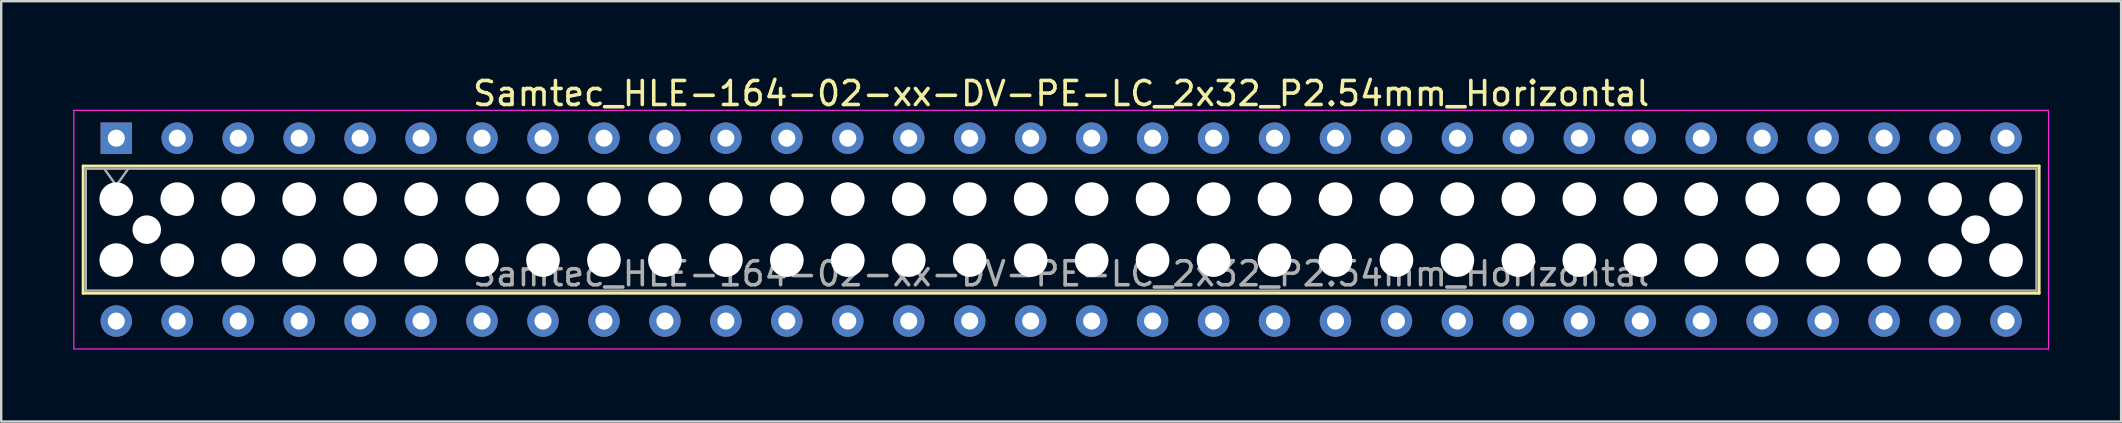
<source format=kicad_pcb>
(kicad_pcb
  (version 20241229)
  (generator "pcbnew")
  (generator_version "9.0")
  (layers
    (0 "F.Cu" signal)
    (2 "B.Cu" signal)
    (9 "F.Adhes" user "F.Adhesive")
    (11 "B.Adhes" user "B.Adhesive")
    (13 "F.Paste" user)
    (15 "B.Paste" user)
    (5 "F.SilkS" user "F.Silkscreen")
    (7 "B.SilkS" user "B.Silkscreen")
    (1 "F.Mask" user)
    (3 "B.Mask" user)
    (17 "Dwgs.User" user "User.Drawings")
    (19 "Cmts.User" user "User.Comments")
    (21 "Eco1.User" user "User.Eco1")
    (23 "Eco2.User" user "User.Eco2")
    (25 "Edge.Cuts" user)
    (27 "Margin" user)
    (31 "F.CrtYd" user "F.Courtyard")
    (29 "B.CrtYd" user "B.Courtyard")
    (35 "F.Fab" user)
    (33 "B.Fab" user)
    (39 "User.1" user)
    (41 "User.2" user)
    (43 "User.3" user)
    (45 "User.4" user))
  (footprint "Samtec_HLE-164-02-xx-DV-PE-LC_2x32_P2.54mm_Horizontal"
    (layer "F.Cu")
    (at 1.795 2.708)
    (property "Reference" "Samtec_HLE-164-02-xx-DV-PE-LC_2x32_P2.54mm_Horizontal" (at 39.37 -1.86 0) (layer "F.SilkS") (effects (font (size 1 1) (thickness 0.15))))
    (attr through_hole)
    (fp_line (start -1.38 1.16) (end 80.12 1.16) (stroke (width 0.12) (type solid)) (layer "F.SilkS"))
    (fp_line (start -1.38 6.46) (end -1.38 1.16) (stroke (width 0.12) (type solid)) (layer "F.SilkS"))
    (fp_line (start 80.12 1.16) (end 80.12 6.46) (stroke (width 0.12) (type solid)) (layer "F.SilkS"))
    (fp_line (start 80.12 6.46) (end -1.38 6.46) (stroke (width 0.12) (type solid)) (layer "F.SilkS"))
    (fp_line (start -1.77 -1.16) (end 80.51 -1.16) (stroke (width 0.05) (type solid)) (layer "F.CrtYd"))
    (fp_line (start -1.77 8.78) (end -1.77 -1.16) (stroke (width 0.05) (type solid)) (layer "F.CrtYd"))
    (fp_line (start 80.51 -1.16) (end 80.51 8.78) (stroke (width 0.05) (type solid)) (layer "F.CrtYd"))
    (fp_line (start 80.51 8.78) (end -1.77 8.78) (stroke (width 0.05) (type solid)) (layer "F.CrtYd"))
    (fp_line (start -1.27 1.27) (end 80.01 1.27) (stroke (width 0.1) (type solid)) (layer "F.Fab"))
    (fp_line (start -1.27 6.35) (end -1.27 1.27) (stroke (width 0.1) (type solid)) (layer "F.Fab"))
    (fp_line (start -0.5 1.27) (end 0 1.977) (stroke (width 0.1) (type solid)) (layer "F.Fab"))
    (fp_line (start 0 1.977) (end 0.5 1.27) (stroke (width 0.1) (type solid)) (layer "F.Fab"))
    (fp_line (start 80.01 1.27) (end 80.01 6.35) (stroke (width 0.1) (type solid)) (layer "F.Fab"))
    (fp_line (start 80.01 6.35) (end -1.27 6.35) (stroke (width 0.1) (type solid)) (layer "F.Fab"))
    (fp_text user "${REFERENCE}" (at 39.37 5.65 0) (layer "F.Fab") (effects (font (size 1 1) (thickness 0.15))))
    (pad "" np_thru_hole circle (at 0 2.54) (size 1.4 1.4) (drill 1.4) (layers "*.Cu" "*.Mask"))
    (pad "" np_thru_hole circle (at 0 5.08) (size 1.4 1.4) (drill 1.4) (layers "*.Cu" "*.Mask"))
    (pad "" np_thru_hole circle (at 1.27 3.81) (size 1.19 1.19) (drill 1.19) (layers "*.Cu" "*.Mask"))
    (pad "" np_thru_hole circle (at 2.54 2.54) (size 1.4 1.4) (drill 1.4) (layers "*.Cu" "*.Mask"))
    (pad "" np_thru_hole circle (at 2.54 5.08) (size 1.4 1.4) (drill 1.4) (layers "*.Cu" "*.Mask"))
    (pad "" np_thru_hole circle (at 5.08 2.54) (size 1.4 1.4) (drill 1.4) (layers "*.Cu" "*.Mask"))
    (pad "" np_thru_hole circle (at 5.08 5.08) (size 1.4 1.4) (drill 1.4) (layers "*.Cu" "*.Mask"))
    (pad "" np_thru_hole circle (at 7.62 2.54) (size 1.4 1.4) (drill 1.4) (layers "*.Cu" "*.Mask"))
    (pad "" np_thru_hole circle (at 7.62 5.08) (size 1.4 1.4) (drill 1.4) (layers "*.Cu" "*.Mask"))
    (pad "" np_thru_hole circle (at 10.16 2.54) (size 1.4 1.4) (drill 1.4) (layers "*.Cu" "*.Mask"))
    (pad "" np_thru_hole circle (at 10.16 5.08) (size 1.4 1.4) (drill 1.4) (layers "*.Cu" "*.Mask"))
    (pad "" np_thru_hole circle (at 12.7 2.54) (size 1.4 1.4) (drill 1.4) (layers "*.Cu" "*.Mask"))
    (pad "" np_thru_hole circle (at 12.7 5.08) (size 1.4 1.4) (drill 1.4) (layers "*.Cu" "*.Mask"))
    (pad "" np_thru_hole circle (at 15.24 2.54) (size 1.4 1.4) (drill 1.4) (layers "*.Cu" "*.Mask"))
    (pad "" np_thru_hole circle (at 15.24 5.08) (size 1.4 1.4) (drill 1.4) (layers "*.Cu" "*.Mask"))
    (pad "" np_thru_hole circle (at 17.78 2.54) (size 1.4 1.4) (drill 1.4) (layers "*.Cu" "*.Mask"))
    (pad "" np_thru_hole circle (at 17.78 5.08) (size 1.4 1.4) (drill 1.4) (layers "*.Cu" "*.Mask"))
    (pad "" np_thru_hole circle (at 20.32 2.54) (size 1.4 1.4) (drill 1.4) (layers "*.Cu" "*.Mask"))
    (pad "" np_thru_hole circle (at 20.32 5.08) (size 1.4 1.4) (drill 1.4) (layers "*.Cu" "*.Mask"))
    (pad "" np_thru_hole circle (at 22.86 2.54) (size 1.4 1.4) (drill 1.4) (layers "*.Cu" "*.Mask"))
    (pad "" np_thru_hole circle (at 22.86 5.08) (size 1.4 1.4) (drill 1.4) (layers "*.Cu" "*.Mask"))
    (pad "" np_thru_hole circle (at 25.4 2.54) (size 1.4 1.4) (drill 1.4) (layers "*.Cu" "*.Mask"))
    (pad "" np_thru_hole circle (at 25.4 5.08) (size 1.4 1.4) (drill 1.4) (layers "*.Cu" "*.Mask"))
    (pad "" np_thru_hole circle (at 27.94 2.54) (size 1.4 1.4) (drill 1.4) (layers "*.Cu" "*.Mask"))
    (pad "" np_thru_hole circle (at 27.94 5.08) (size 1.4 1.4) (drill 1.4) (layers "*.Cu" "*.Mask"))
    (pad "" np_thru_hole circle (at 30.48 2.54) (size 1.4 1.4) (drill 1.4) (layers "*.Cu" "*.Mask"))
    (pad "" np_thru_hole circle (at 30.48 5.08) (size 1.4 1.4) (drill 1.4) (layers "*.Cu" "*.Mask"))
    (pad "" np_thru_hole circle (at 33.02 2.54) (size 1.4 1.4) (drill 1.4) (layers "*.Cu" "*.Mask"))
    (pad "" np_thru_hole circle (at 33.02 5.08) (size 1.4 1.4) (drill 1.4) (layers "*.Cu" "*.Mask"))
    (pad "" np_thru_hole circle (at 35.56 2.54) (size 1.4 1.4) (drill 1.4) (layers "*.Cu" "*.Mask"))
    (pad "" np_thru_hole circle (at 35.56 5.08) (size 1.4 1.4) (drill 1.4) (layers "*.Cu" "*.Mask"))
    (pad "" np_thru_hole circle (at 38.1 2.54) (size 1.4 1.4) (drill 1.4) (layers "*.Cu" "*.Mask"))
    (pad "" np_thru_hole circle (at 38.1 5.08) (size 1.4 1.4) (drill 1.4) (layers "*.Cu" "*.Mask"))
    (pad "" np_thru_hole circle (at 40.64 2.54) (size 1.4 1.4) (drill 1.4) (layers "*.Cu" "*.Mask"))
    (pad "" np_thru_hole circle (at 40.64 5.08) (size 1.4 1.4) (drill 1.4) (layers "*.Cu" "*.Mask"))
    (pad "" np_thru_hole circle (at 43.18 2.54) (size 1.4 1.4) (drill 1.4) (layers "*.Cu" "*.Mask"))
    (pad "" np_thru_hole circle (at 43.18 5.08) (size 1.4 1.4) (drill 1.4) (layers "*.Cu" "*.Mask"))
    (pad "" np_thru_hole circle (at 45.72 2.54) (size 1.4 1.4) (drill 1.4) (layers "*.Cu" "*.Mask"))
    (pad "" np_thru_hole circle (at 45.72 5.08) (size 1.4 1.4) (drill 1.4) (layers "*.Cu" "*.Mask"))
    (pad "" np_thru_hole circle (at 48.26 2.54) (size 1.4 1.4) (drill 1.4) (layers "*.Cu" "*.Mask"))
    (pad "" np_thru_hole circle (at 48.26 5.08) (size 1.4 1.4) (drill 1.4) (layers "*.Cu" "*.Mask"))
    (pad "" np_thru_hole circle (at 50.8 2.54) (size 1.4 1.4) (drill 1.4) (layers "*.Cu" "*.Mask"))
    (pad "" np_thru_hole circle (at 50.8 5.08) (size 1.4 1.4) (drill 1.4) (layers "*.Cu" "*.Mask"))
    (pad "" np_thru_hole circle (at 53.34 2.54) (size 1.4 1.4) (drill 1.4) (layers "*.Cu" "*.Mask"))
    (pad "" np_thru_hole circle (at 53.34 5.08) (size 1.4 1.4) (drill 1.4) (layers "*.Cu" "*.Mask"))
    (pad "" np_thru_hole circle (at 55.88 2.54) (size 1.4 1.4) (drill 1.4) (layers "*.Cu" "*.Mask"))
    (pad "" np_thru_hole circle (at 55.88 5.08) (size 1.4 1.4) (drill 1.4) (layers "*.Cu" "*.Mask"))
    (pad "" np_thru_hole circle (at 58.42 2.54) (size 1.4 1.4) (drill 1.4) (layers "*.Cu" "*.Mask"))
    (pad "" np_thru_hole circle (at 58.42 5.08) (size 1.4 1.4) (drill 1.4) (layers "*.Cu" "*.Mask"))
    (pad "" np_thru_hole circle (at 60.96 2.54) (size 1.4 1.4) (drill 1.4) (layers "*.Cu" "*.Mask"))
    (pad "" np_thru_hole circle (at 60.96 5.08) (size 1.4 1.4) (drill 1.4) (layers "*.Cu" "*.Mask"))
    (pad "" np_thru_hole circle (at 63.5 2.54) (size 1.4 1.4) (drill 1.4) (layers "*.Cu" "*.Mask"))
    (pad "" np_thru_hole circle (at 63.5 5.08) (size 1.4 1.4) (drill 1.4) (layers "*.Cu" "*.Mask"))
    (pad "" np_thru_hole circle (at 66.04 2.54) (size 1.4 1.4) (drill 1.4) (layers "*.Cu" "*.Mask"))
    (pad "" np_thru_hole circle (at 66.04 5.08) (size 1.4 1.4) (drill 1.4) (layers "*.Cu" "*.Mask"))
    (pad "" np_thru_hole circle (at 68.58 2.54) (size 1.4 1.4) (drill 1.4) (layers "*.Cu" "*.Mask"))
    (pad "" np_thru_hole circle (at 68.58 5.08) (size 1.4 1.4) (drill 1.4) (layers "*.Cu" "*.Mask"))
    (pad "" np_thru_hole circle (at 71.12 2.54) (size 1.4 1.4) (drill 1.4) (layers "*.Cu" "*.Mask"))
    (pad "" np_thru_hole circle (at 71.12 5.08) (size 1.4 1.4) (drill 1.4) (layers "*.Cu" "*.Mask"))
    (pad "" np_thru_hole circle (at 73.66 2.54) (size 1.4 1.4) (drill 1.4) (layers "*.Cu" "*.Mask"))
    (pad "" np_thru_hole circle (at 73.66 5.08) (size 1.4 1.4) (drill 1.4) (layers "*.Cu" "*.Mask"))
    (pad "" np_thru_hole circle (at 76.2 2.54) (size 1.4 1.4) (drill 1.4) (layers "*.Cu" "*.Mask"))
    (pad "" np_thru_hole circle (at 76.2 5.08) (size 1.4 1.4) (drill 1.4) (layers "*.Cu" "*.Mask"))
    (pad "" np_thru_hole circle (at 77.47 3.81) (size 1.19 1.19) (drill 1.19) (layers "*.Cu" "*.Mask"))
    (pad "" np_thru_hole circle (at 78.74 2.54) (size 1.4 1.4) (drill 1.4) (layers "*.Cu" "*.Mask"))
    (pad "" np_thru_hole circle (at 78.74 5.08) (size 1.4 1.4) (drill 1.4) (layers "*.Cu" "*.Mask"))
    (pad "1" thru_hole rect (at 0 0) (size 1.31 1.31) (drill 0.71) (layers "*.Cu" "*.Mask"))
    (pad "2" thru_hole circle (at 0 7.62) (size 1.31 1.31) (drill 0.71) (layers "*.Cu" "*.Mask"))
    (pad "3" thru_hole circle (at 2.54 0) (size 1.31 1.31) (drill 0.71) (layers "*.Cu" "*.Mask"))
    (pad "4" thru_hole circle (at 2.54 7.62) (size 1.31 1.31) (drill 0.71) (layers "*.Cu" "*.Mask"))
    (pad "5" thru_hole circle (at 5.08 0) (size 1.31 1.31) (drill 0.71) (layers "*.Cu" "*.Mask"))
    (pad "6" thru_hole circle (at 5.08 7.62) (size 1.31 1.31) (drill 0.71) (layers "*.Cu" "*.Mask"))
    (pad "7" thru_hole circle (at 7.62 0) (size 1.31 1.31) (drill 0.71) (layers "*.Cu" "*.Mask"))
    (pad "8" thru_hole circle (at 7.62 7.62) (size 1.31 1.31) (drill 0.71) (layers "*.Cu" "*.Mask"))
    (pad "9" thru_hole circle (at 10.16 0) (size 1.31 1.31) (drill 0.71) (layers "*.Cu" "*.Mask"))
    (pad "10" thru_hole circle (at 10.16 7.62) (size 1.31 1.31) (drill 0.71) (layers "*.Cu" "*.Mask"))
    (pad "11" thru_hole circle (at 12.7 0) (size 1.31 1.31) (drill 0.71) (layers "*.Cu" "*.Mask"))
    (pad "12" thru_hole circle (at 12.7 7.62) (size 1.31 1.31) (drill 0.71) (layers "*.Cu" "*.Mask"))
    (pad "13" thru_hole circle (at 15.24 0) (size 1.31 1.31) (drill 0.71) (layers "*.Cu" "*.Mask"))
    (pad "14" thru_hole circle (at 15.24 7.62) (size 1.31 1.31) (drill 0.71) (layers "*.Cu" "*.Mask"))
    (pad "15" thru_hole circle (at 17.78 0) (size 1.31 1.31) (drill 0.71) (layers "*.Cu" "*.Mask"))
    (pad "16" thru_hole circle (at 17.78 7.62) (size 1.31 1.31) (drill 0.71) (layers "*.Cu" "*.Mask"))
    (pad "17" thru_hole circle (at 20.32 0) (size 1.31 1.31) (drill 0.71) (layers "*.Cu" "*.Mask"))
    (pad "18" thru_hole circle (at 20.32 7.62) (size 1.31 1.31) (drill 0.71) (layers "*.Cu" "*.Mask"))
    (pad "19" thru_hole circle (at 22.86 0) (size 1.31 1.31) (drill 0.71) (layers "*.Cu" "*.Mask"))
    (pad "20" thru_hole circle (at 22.86 7.62) (size 1.31 1.31) (drill 0.71) (layers "*.Cu" "*.Mask"))
    (pad "21" thru_hole circle (at 25.4 0) (size 1.31 1.31) (drill 0.71) (layers "*.Cu" "*.Mask"))
    (pad "22" thru_hole circle (at 25.4 7.62) (size 1.31 1.31) (drill 0.71) (layers "*.Cu" "*.Mask"))
    (pad "23" thru_hole circle (at 27.94 0) (size 1.31 1.31) (drill 0.71) (layers "*.Cu" "*.Mask"))
    (pad "24" thru_hole circle (at 27.94 7.62) (size 1.31 1.31) (drill 0.71) (layers "*.Cu" "*.Mask"))
    (pad "25" thru_hole circle (at 30.48 0) (size 1.31 1.31) (drill 0.71) (layers "*.Cu" "*.Mask"))
    (pad "26" thru_hole circle (at 30.48 7.62) (size 1.31 1.31) (drill 0.71) (layers "*.Cu" "*.Mask"))
    (pad "27" thru_hole circle (at 33.02 0) (size 1.31 1.31) (drill 0.71) (layers "*.Cu" "*.Mask"))
    (pad "28" thru_hole circle (at 33.02 7.62) (size 1.31 1.31) (drill 0.71) (layers "*.Cu" "*.Mask"))
    (pad "29" thru_hole circle (at 35.56 0) (size 1.31 1.31) (drill 0.71) (layers "*.Cu" "*.Mask"))
    (pad "30" thru_hole circle (at 35.56 7.62) (size 1.31 1.31) (drill 0.71) (layers "*.Cu" "*.Mask"))
    (pad "31" thru_hole circle (at 38.1 0) (size 1.31 1.31) (drill 0.71) (layers "*.Cu" "*.Mask"))
    (pad "32" thru_hole circle (at 38.1 7.62) (size 1.31 1.31) (drill 0.71) (layers "*.Cu" "*.Mask"))
    (pad "33" thru_hole circle (at 40.64 0) (size 1.31 1.31) (drill 0.71) (layers "*.Cu" "*.Mask"))
    (pad "34" thru_hole circle (at 40.64 7.62) (size 1.31 1.31) (drill 0.71) (layers "*.Cu" "*.Mask"))
    (pad "35" thru_hole circle (at 43.18 0) (size 1.31 1.31) (drill 0.71) (layers "*.Cu" "*.Mask"))
    (pad "36" thru_hole circle (at 43.18 7.62) (size 1.31 1.31) (drill 0.71) (layers "*.Cu" "*.Mask"))
    (pad "37" thru_hole circle (at 45.72 0) (size 1.31 1.31) (drill 0.71) (layers "*.Cu" "*.Mask"))
    (pad "38" thru_hole circle (at 45.72 7.62) (size 1.31 1.31) (drill 0.71) (layers "*.Cu" "*.Mask"))
    (pad "39" thru_hole circle (at 48.26 0) (size 1.31 1.31) (drill 0.71) (layers "*.Cu" "*.Mask"))
    (pad "40" thru_hole circle (at 48.26 7.62) (size 1.31 1.31) (drill 0.71) (layers "*.Cu" "*.Mask"))
    (pad "41" thru_hole circle (at 50.8 0) (size 1.31 1.31) (drill 0.71) (layers "*.Cu" "*.Mask"))
    (pad "42" thru_hole circle (at 50.8 7.62) (size 1.31 1.31) (drill 0.71) (layers "*.Cu" "*.Mask"))
    (pad "43" thru_hole circle (at 53.34 0) (size 1.31 1.31) (drill 0.71) (layers "*.Cu" "*.Mask"))
    (pad "44" thru_hole circle (at 53.34 7.62) (size 1.31 1.31) (drill 0.71) (layers "*.Cu" "*.Mask"))
    (pad "45" thru_hole circle (at 55.88 0) (size 1.31 1.31) (drill 0.71) (layers "*.Cu" "*.Mask"))
    (pad "46" thru_hole circle (at 55.88 7.62) (size 1.31 1.31) (drill 0.71) (layers "*.Cu" "*.Mask"))
    (pad "47" thru_hole circle (at 58.42 0) (size 1.31 1.31) (drill 0.71) (layers "*.Cu" "*.Mask"))
    (pad "48" thru_hole circle (at 58.42 7.62) (size 1.31 1.31) (drill 0.71) (layers "*.Cu" "*.Mask"))
    (pad "49" thru_hole circle (at 60.96 0) (size 1.31 1.31) (drill 0.71) (layers "*.Cu" "*.Mask"))
    (pad "50" thru_hole circle (at 60.96 7.62) (size 1.31 1.31) (drill 0.71) (layers "*.Cu" "*.Mask"))
    (pad "51" thru_hole circle (at 63.5 0) (size 1.31 1.31) (drill 0.71) (layers "*.Cu" "*.Mask"))
    (pad "52" thru_hole circle (at 63.5 7.62) (size 1.31 1.31) (drill 0.71) (layers "*.Cu" "*.Mask"))
    (pad "53" thru_hole circle (at 66.04 0) (size 1.31 1.31) (drill 0.71) (layers "*.Cu" "*.Mask"))
    (pad "54" thru_hole circle (at 66.04 7.62) (size 1.31 1.31) (drill 0.71) (layers "*.Cu" "*.Mask"))
    (pad "55" thru_hole circle (at 68.58 0) (size 1.31 1.31) (drill 0.71) (layers "*.Cu" "*.Mask"))
    (pad "56" thru_hole circle (at 68.58 7.62) (size 1.31 1.31) (drill 0.71) (layers "*.Cu" "*.Mask"))
    (pad "57" thru_hole circle (at 71.12 0) (size 1.31 1.31) (drill 0.71) (layers "*.Cu" "*.Mask"))
    (pad "58" thru_hole circle (at 71.12 7.62) (size 1.31 1.31) (drill 0.71) (layers "*.Cu" "*.Mask"))
    (pad "59" thru_hole circle (at 73.66 0) (size 1.31 1.31) (drill 0.71) (layers "*.Cu" "*.Mask"))
    (pad "60" thru_hole circle (at 73.66 7.62) (size 1.31 1.31) (drill 0.71) (layers "*.Cu" "*.Mask"))
    (pad "61" thru_hole circle (at 76.2 0) (size 1.31 1.31) (drill 0.71) (layers "*.Cu" "*.Mask"))
    (pad "62" thru_hole circle (at 76.2 7.62) (size 1.31 1.31) (drill 0.71) (layers "*.Cu" "*.Mask"))
    (pad "63" thru_hole circle (at 78.74 0) (size 1.31 1.31) (drill 0.71) (layers "*.Cu" "*.Mask"))
    (pad "64" thru_hole circle (at 78.74 7.62) (size 1.31 1.31) (drill 0.71) (layers "*.Cu" "*.Mask")))
  (gr_rect
    (start -3 -3)
    (end 85.33 14.513)
    (stroke (width 0.1) (type default))
    (fill no)
    (layer "Edge.Cuts")))
</source>
